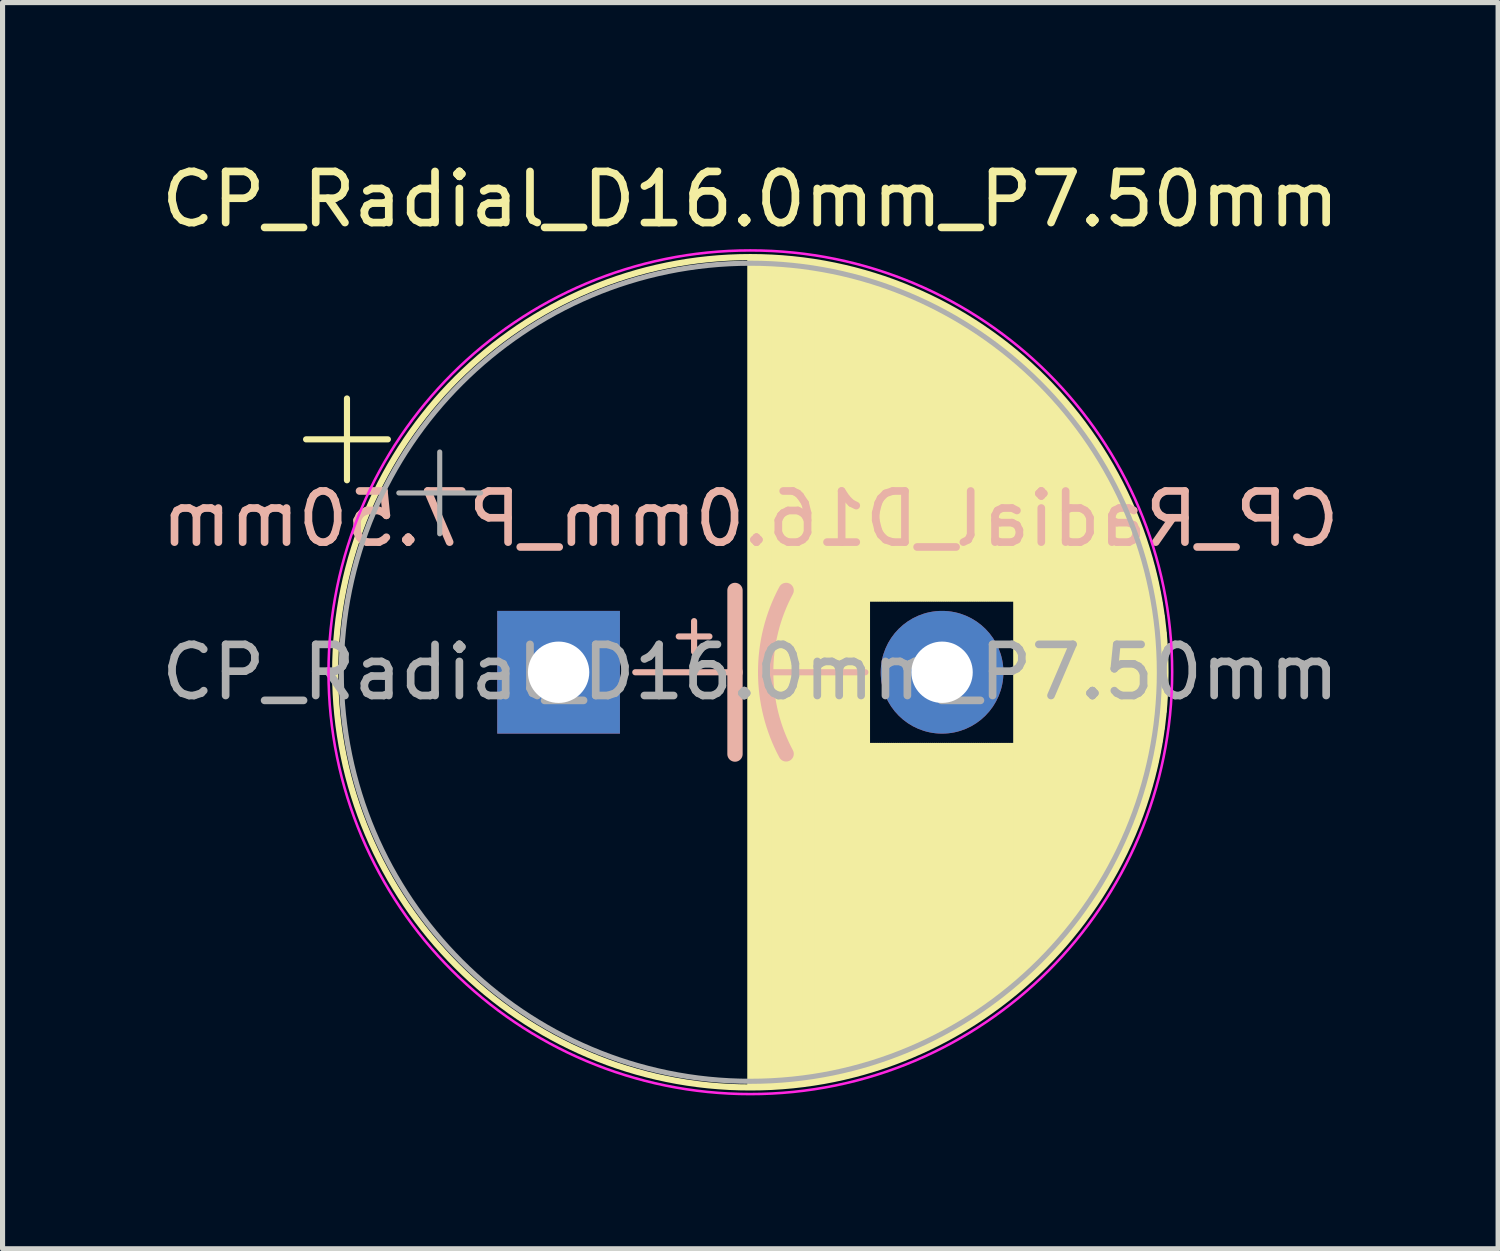
<source format=kicad_pcb>
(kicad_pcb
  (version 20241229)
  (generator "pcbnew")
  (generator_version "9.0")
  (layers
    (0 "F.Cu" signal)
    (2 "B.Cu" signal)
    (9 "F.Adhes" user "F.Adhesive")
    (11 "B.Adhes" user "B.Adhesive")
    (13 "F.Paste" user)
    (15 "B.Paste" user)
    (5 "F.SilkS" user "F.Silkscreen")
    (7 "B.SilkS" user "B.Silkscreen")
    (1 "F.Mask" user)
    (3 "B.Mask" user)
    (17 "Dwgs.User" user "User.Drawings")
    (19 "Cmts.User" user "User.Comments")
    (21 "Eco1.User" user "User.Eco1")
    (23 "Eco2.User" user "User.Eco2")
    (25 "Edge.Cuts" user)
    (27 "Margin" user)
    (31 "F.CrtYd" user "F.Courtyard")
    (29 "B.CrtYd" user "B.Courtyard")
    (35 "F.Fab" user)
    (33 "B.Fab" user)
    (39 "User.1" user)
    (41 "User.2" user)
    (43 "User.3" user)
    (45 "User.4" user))
  (footprint "CP_Radial_D16.0mm_P7.50mm"
    (layer "F.Cu")
    (at 7.875 10.098)
    (property "Reference" "CP_Radial_D16.0mm_P7.50mm" (at 3.75 -9.25 0) (layer "F.SilkS") (effects (font (size 1 1) (thickness 0.15))))
    (fp_line (start -4.939 -4.555) (end -3.339 -4.555) (stroke (width 0.12) (type solid)) (layer "F.SilkS"))
    (fp_line (start -4.139 -5.355) (end -4.139 -3.755) (stroke (width 0.12) (type solid)) (layer "F.SilkS"))
    (fp_line (start 3.75 -8.081) (end 3.75 8.081) (stroke (width 0.12) (type solid)) (layer "F.SilkS"))
    (fp_line (start 3.79 -8.08) (end 3.79 8.08) (stroke (width 0.12) (type solid)) (layer "F.SilkS"))
    (fp_line (start 3.83 -8.08) (end 3.83 8.08) (stroke (width 0.12) (type solid)) (layer "F.SilkS"))
    (fp_line (start 3.87 -8.08) (end 3.87 8.08) (stroke (width 0.12) (type solid)) (layer "F.SilkS"))
    (fp_line (start 3.91 -8.079) (end 3.91 8.079) (stroke (width 0.12) (type solid)) (layer "F.SilkS"))
    (fp_line (start 3.95 -8.078) (end 3.95 8.078) (stroke (width 0.12) (type solid)) (layer "F.SilkS"))
    (fp_line (start 3.99 -8.077) (end 3.99 8.077) (stroke (width 0.12) (type solid)) (layer "F.SilkS"))
    (fp_line (start 4.03 -8.076) (end 4.03 8.076) (stroke (width 0.12) (type solid)) (layer "F.SilkS"))
    (fp_line (start 4.07 -8.074) (end 4.07 8.074) (stroke (width 0.12) (type solid)) (layer "F.SilkS"))
    (fp_line (start 4.11 -8.073) (end 4.11 8.073) (stroke (width 0.12) (type solid)) (layer "F.SilkS"))
    (fp_line (start 4.15 -8.071) (end 4.15 8.071) (stroke (width 0.12) (type solid)) (layer "F.SilkS"))
    (fp_line (start 4.19 -8.069) (end 4.19 8.069) (stroke (width 0.12) (type solid)) (layer "F.SilkS"))
    (fp_line (start 4.23 -8.066) (end 4.23 8.066) (stroke (width 0.12) (type solid)) (layer "F.SilkS"))
    (fp_line (start 4.27 -8.064) (end 4.27 8.064) (stroke (width 0.12) (type solid)) (layer "F.SilkS"))
    (fp_line (start 4.31 -8.061) (end 4.31 8.061) (stroke (width 0.12) (type solid)) (layer "F.SilkS"))
    (fp_line (start 4.35 -8.058) (end 4.35 8.058) (stroke (width 0.12) (type solid)) (layer "F.SilkS"))
    (fp_line (start 4.39 -8.055) (end 4.39 8.055) (stroke (width 0.12) (type solid)) (layer "F.SilkS"))
    (fp_line (start 4.43 -8.052) (end 4.43 8.052) (stroke (width 0.12) (type solid)) (layer "F.SilkS"))
    (fp_line (start 4.471 -8.049) (end 4.471 8.049) (stroke (width 0.12) (type solid)) (layer "F.SilkS"))
    (fp_line (start 4.511 -8.045) (end 4.511 8.045) (stroke (width 0.12) (type solid)) (layer "F.SilkS"))
    (fp_line (start 4.551 -8.041) (end 4.551 8.041) (stroke (width 0.12) (type solid)) (layer "F.SilkS"))
    (fp_line (start 4.591 -8.037) (end 4.591 8.037) (stroke (width 0.12) (type solid)) (layer "F.SilkS"))
    (fp_line (start 4.631 -8.033) (end 4.631 8.033) (stroke (width 0.12) (type solid)) (layer "F.SilkS"))
    (fp_line (start 4.671 -8.028) (end 4.671 8.028) (stroke (width 0.12) (type solid)) (layer "F.SilkS"))
    (fp_line (start 4.711 -8.024) (end 4.711 8.024) (stroke (width 0.12) (type solid)) (layer "F.SilkS"))
    (fp_line (start 4.751 -8.019) (end 4.751 8.019) (stroke (width 0.12) (type solid)) (layer "F.SilkS"))
    (fp_line (start 4.791 -8.014) (end 4.791 8.014) (stroke (width 0.12) (type solid)) (layer "F.SilkS"))
    (fp_line (start 4.831 -8.008) (end 4.831 8.008) (stroke (width 0.12) (type solid)) (layer "F.SilkS"))
    (fp_line (start 4.871 -8.003) (end 4.871 8.003) (stroke (width 0.12) (type solid)) (layer "F.SilkS"))
    (fp_line (start 4.911 -7.997) (end 4.911 7.997) (stroke (width 0.12) (type solid)) (layer "F.SilkS"))
    (fp_line (start 4.951 -7.991) (end 4.951 7.991) (stroke (width 0.12) (type solid)) (layer "F.SilkS"))
    (fp_line (start 4.991 -7.985) (end 4.991 7.985) (stroke (width 0.12) (type solid)) (layer "F.SilkS"))
    (fp_line (start 5.031 -7.979) (end 5.031 7.979) (stroke (width 0.12) (type solid)) (layer "F.SilkS"))
    (fp_line (start 5.071 -7.972) (end 5.071 7.972) (stroke (width 0.12) (type solid)) (layer "F.SilkS"))
    (fp_line (start 5.111 -7.966) (end 5.111 7.966) (stroke (width 0.12) (type solid)) (layer "F.SilkS"))
    (fp_line (start 5.151 -7.959) (end 5.151 7.959) (stroke (width 0.12) (type solid)) (layer "F.SilkS"))
    (fp_line (start 5.191 -7.952) (end 5.191 7.952) (stroke (width 0.12) (type solid)) (layer "F.SilkS"))
    (fp_line (start 5.231 -7.944) (end 5.231 7.944) (stroke (width 0.12) (type solid)) (layer "F.SilkS"))
    (fp_line (start 5.271 -7.937) (end 5.271 7.937) (stroke (width 0.12) (type solid)) (layer "F.SilkS"))
    (fp_line (start 5.311 -7.929) (end 5.311 7.929) (stroke (width 0.12) (type solid)) (layer "F.SilkS"))
    (fp_line (start 5.351 -7.921) (end 5.351 7.921) (stroke (width 0.12) (type solid)) (layer "F.SilkS"))
    (fp_line (start 5.391 -7.913) (end 5.391 7.913) (stroke (width 0.12) (type solid)) (layer "F.SilkS"))
    (fp_line (start 5.431 -7.905) (end 5.431 7.905) (stroke (width 0.12) (type solid)) (layer "F.SilkS"))
    (fp_line (start 5.471 -7.896) (end 5.471 7.896) (stroke (width 0.12) (type solid)) (layer "F.SilkS"))
    (fp_line (start 5.511 -7.887) (end 5.511 7.887) (stroke (width 0.12) (type solid)) (layer "F.SilkS"))
    (fp_line (start 5.551 -7.878) (end 5.551 7.878) (stroke (width 0.12) (type solid)) (layer "F.SilkS"))
    (fp_line (start 5.591 -7.869) (end 5.591 7.869) (stroke (width 0.12) (type solid)) (layer "F.SilkS"))
    (fp_line (start 5.631 -7.86) (end 5.631 7.86) (stroke (width 0.12) (type solid)) (layer "F.SilkS"))
    (fp_line (start 5.671 -7.85) (end 5.671 7.85) (stroke (width 0.12) (type solid)) (layer "F.SilkS"))
    (fp_line (start 5.711 -7.84) (end 5.711 7.84) (stroke (width 0.12) (type solid)) (layer "F.SilkS"))
    (fp_line (start 5.751 -7.83) (end 5.751 7.83) (stroke (width 0.12) (type solid)) (layer "F.SilkS"))
    (fp_line (start 5.791 -7.82) (end 5.791 7.82) (stroke (width 0.12) (type solid)) (layer "F.SilkS"))
    (fp_line (start 5.831 -7.81) (end 5.831 7.81) (stroke (width 0.12) (type solid)) (layer "F.SilkS"))
    (fp_line (start 5.871 -7.799) (end 5.871 7.799) (stroke (width 0.12) (type solid)) (layer "F.SilkS"))
    (fp_line (start 5.911 -7.788) (end 5.911 7.788) (stroke (width 0.12) (type solid)) (layer "F.SilkS"))
    (fp_line (start 5.951 -7.777) (end 5.951 7.777) (stroke (width 0.12) (type solid)) (layer "F.SilkS"))
    (fp_line (start 5.991 -7.765) (end 5.991 7.765) (stroke (width 0.12) (type solid)) (layer "F.SilkS"))
    (fp_line (start 6.031 -7.754) (end 6.031 7.754) (stroke (width 0.12) (type solid)) (layer "F.SilkS"))
    (fp_line (start 6.071 -7.742) (end 6.071 -1.44) (stroke (width 0.12) (type solid)) (layer "F.SilkS"))
    (fp_line (start 6.071 1.44) (end 6.071 7.742) (stroke (width 0.12) (type solid)) (layer "F.SilkS"))
    (fp_line (start 6.111 -7.73) (end 6.111 -1.44) (stroke (width 0.12) (type solid)) (layer "F.SilkS"))
    (fp_line (start 6.111 1.44) (end 6.111 7.73) (stroke (width 0.12) (type solid)) (layer "F.SilkS"))
    (fp_line (start 6.151 -7.718) (end 6.151 -1.44) (stroke (width 0.12) (type solid)) (layer "F.SilkS"))
    (fp_line (start 6.151 1.44) (end 6.151 7.718) (stroke (width 0.12) (type solid)) (layer "F.SilkS"))
    (fp_line (start 6.191 -7.705) (end 6.191 -1.44) (stroke (width 0.12) (type solid)) (layer "F.SilkS"))
    (fp_line (start 6.191 1.44) (end 6.191 7.705) (stroke (width 0.12) (type solid)) (layer "F.SilkS"))
    (fp_line (start 6.231 -7.693) (end 6.231 -1.44) (stroke (width 0.12) (type solid)) (layer "F.SilkS"))
    (fp_line (start 6.231 1.44) (end 6.231 7.693) (stroke (width 0.12) (type solid)) (layer "F.SilkS"))
    (fp_line (start 6.271 -7.68) (end 6.271 -1.44) (stroke (width 0.12) (type solid)) (layer "F.SilkS"))
    (fp_line (start 6.271 1.44) (end 6.271 7.68) (stroke (width 0.12) (type solid)) (layer "F.SilkS"))
    (fp_line (start 6.311 -7.666) (end 6.311 -1.44) (stroke (width 0.12) (type solid)) (layer "F.SilkS"))
    (fp_line (start 6.311 1.44) (end 6.311 7.666) (stroke (width 0.12) (type solid)) (layer "F.SilkS"))
    (fp_line (start 6.351 -7.653) (end 6.351 -1.44) (stroke (width 0.12) (type solid)) (layer "F.SilkS"))
    (fp_line (start 6.351 1.44) (end 6.351 7.653) (stroke (width 0.12) (type solid)) (layer "F.SilkS"))
    (fp_line (start 6.391 -7.639) (end 6.391 -1.44) (stroke (width 0.12) (type solid)) (layer "F.SilkS"))
    (fp_line (start 6.391 1.44) (end 6.391 7.639) (stroke (width 0.12) (type solid)) (layer "F.SilkS"))
    (fp_line (start 6.431 -7.625) (end 6.431 -1.44) (stroke (width 0.12) (type solid)) (layer "F.SilkS"))
    (fp_line (start 6.431 1.44) (end 6.431 7.625) (stroke (width 0.12) (type solid)) (layer "F.SilkS"))
    (fp_line (start 6.471 -7.611) (end 6.471 -1.44) (stroke (width 0.12) (type solid)) (layer "F.SilkS"))
    (fp_line (start 6.471 1.44) (end 6.471 7.611) (stroke (width 0.12) (type solid)) (layer "F.SilkS"))
    (fp_line (start 6.511 -7.597) (end 6.511 -1.44) (stroke (width 0.12) (type solid)) (layer "F.SilkS"))
    (fp_line (start 6.511 1.44) (end 6.511 7.597) (stroke (width 0.12) (type solid)) (layer "F.SilkS"))
    (fp_line (start 6.551 -7.582) (end 6.551 -1.44) (stroke (width 0.12) (type solid)) (layer "F.SilkS"))
    (fp_line (start 6.551 1.44) (end 6.551 7.582) (stroke (width 0.12) (type solid)) (layer "F.SilkS"))
    (fp_line (start 6.591 -7.568) (end 6.591 -1.44) (stroke (width 0.12) (type solid)) (layer "F.SilkS"))
    (fp_line (start 6.591 1.44) (end 6.591 7.568) (stroke (width 0.12) (type solid)) (layer "F.SilkS"))
    (fp_line (start 6.631 -7.553) (end 6.631 -1.44) (stroke (width 0.12) (type solid)) (layer "F.SilkS"))
    (fp_line (start 6.631 1.44) (end 6.631 7.553) (stroke (width 0.12) (type solid)) (layer "F.SilkS"))
    (fp_line (start 6.671 -7.537) (end 6.671 -1.44) (stroke (width 0.12) (type solid)) (layer "F.SilkS"))
    (fp_line (start 6.671 1.44) (end 6.671 7.537) (stroke (width 0.12) (type solid)) (layer "F.SilkS"))
    (fp_line (start 6.711 -7.522) (end 6.711 -1.44) (stroke (width 0.12) (type solid)) (layer "F.SilkS"))
    (fp_line (start 6.711 1.44) (end 6.711 7.522) (stroke (width 0.12) (type solid)) (layer "F.SilkS"))
    (fp_line (start 6.751 -7.506) (end 6.751 -1.44) (stroke (width 0.12) (type solid)) (layer "F.SilkS"))
    (fp_line (start 6.751 1.44) (end 6.751 7.506) (stroke (width 0.12) (type solid)) (layer "F.SilkS"))
    (fp_line (start 6.791 -7.49) (end 6.791 -1.44) (stroke (width 0.12) (type solid)) (layer "F.SilkS"))
    (fp_line (start 6.791 1.44) (end 6.791 7.49) (stroke (width 0.12) (type solid)) (layer "F.SilkS"))
    (fp_line (start 6.831 -7.474) (end 6.831 -1.44) (stroke (width 0.12) (type solid)) (layer "F.SilkS"))
    (fp_line (start 6.831 1.44) (end 6.831 7.474) (stroke (width 0.12) (type solid)) (layer "F.SilkS"))
    (fp_line (start 6.871 -7.457) (end 6.871 -1.44) (stroke (width 0.12) (type solid)) (layer "F.SilkS"))
    (fp_line (start 6.871 1.44) (end 6.871 7.457) (stroke (width 0.12) (type solid)) (layer "F.SilkS"))
    (fp_line (start 6.911 -7.44) (end 6.911 -1.44) (stroke (width 0.12) (type solid)) (layer "F.SilkS"))
    (fp_line (start 6.911 1.44) (end 6.911 7.44) (stroke (width 0.12) (type solid)) (layer "F.SilkS"))
    (fp_line (start 6.951 -7.423) (end 6.951 -1.44) (stroke (width 0.12) (type solid)) (layer "F.SilkS"))
    (fp_line (start 6.951 1.44) (end 6.951 7.423) (stroke (width 0.12) (type solid)) (layer "F.SilkS"))
    (fp_line (start 6.991 -7.406) (end 6.991 -1.44) (stroke (width 0.12) (type solid)) (layer "F.SilkS"))
    (fp_line (start 6.991 1.44) (end 6.991 7.406) (stroke (width 0.12) (type solid)) (layer "F.SilkS"))
    (fp_line (start 7.031 -7.389) (end 7.031 -1.44) (stroke (width 0.12) (type solid)) (layer "F.SilkS"))
    (fp_line (start 7.031 1.44) (end 7.031 7.389) (stroke (width 0.12) (type solid)) (layer "F.SilkS"))
    (fp_line (start 7.071 -7.371) (end 7.071 -1.44) (stroke (width 0.12) (type solid)) (layer "F.SilkS"))
    (fp_line (start 7.071 1.44) (end 7.071 7.371) (stroke (width 0.12) (type solid)) (layer "F.SilkS"))
    (fp_line (start 7.111 -7.353) (end 7.111 -1.44) (stroke (width 0.12) (type solid)) (layer "F.SilkS"))
    (fp_line (start 7.111 1.44) (end 7.111 7.353) (stroke (width 0.12) (type solid)) (layer "F.SilkS"))
    (fp_line (start 7.151 -7.334) (end 7.151 -1.44) (stroke (width 0.12) (type solid)) (layer "F.SilkS"))
    (fp_line (start 7.151 1.44) (end 7.151 7.334) (stroke (width 0.12) (type solid)) (layer "F.SilkS"))
    (fp_line (start 7.191 -7.316) (end 7.191 -1.44) (stroke (width 0.12) (type solid)) (layer "F.SilkS"))
    (fp_line (start 7.191 1.44) (end 7.191 7.316) (stroke (width 0.12) (type solid)) (layer "F.SilkS"))
    (fp_line (start 7.231 -7.297) (end 7.231 -1.44) (stroke (width 0.12) (type solid)) (layer "F.SilkS"))
    (fp_line (start 7.231 1.44) (end 7.231 7.297) (stroke (width 0.12) (type solid)) (layer "F.SilkS"))
    (fp_line (start 7.271 -7.278) (end 7.271 -1.44) (stroke (width 0.12) (type solid)) (layer "F.SilkS"))
    (fp_line (start 7.271 1.44) (end 7.271 7.278) (stroke (width 0.12) (type solid)) (layer "F.SilkS"))
    (fp_line (start 7.311 -7.258) (end 7.311 -1.44) (stroke (width 0.12) (type solid)) (layer "F.SilkS"))
    (fp_line (start 7.311 1.44) (end 7.311 7.258) (stroke (width 0.12) (type solid)) (layer "F.SilkS"))
    (fp_line (start 7.351 -7.239) (end 7.351 -1.44) (stroke (width 0.12) (type solid)) (layer "F.SilkS"))
    (fp_line (start 7.351 1.44) (end 7.351 7.239) (stroke (width 0.12) (type solid)) (layer "F.SilkS"))
    (fp_line (start 7.391 -7.219) (end 7.391 -1.44) (stroke (width 0.12) (type solid)) (layer "F.SilkS"))
    (fp_line (start 7.391 1.44) (end 7.391 7.219) (stroke (width 0.12) (type solid)) (layer "F.SilkS"))
    (fp_line (start 7.431 -7.199) (end 7.431 -1.44) (stroke (width 0.12) (type solid)) (layer "F.SilkS"))
    (fp_line (start 7.431 1.44) (end 7.431 7.199) (stroke (width 0.12) (type solid)) (layer "F.SilkS"))
    (fp_line (start 7.471 -7.178) (end 7.471 -1.44) (stroke (width 0.12) (type solid)) (layer "F.SilkS"))
    (fp_line (start 7.471 1.44) (end 7.471 7.178) (stroke (width 0.12) (type solid)) (layer "F.SilkS"))
    (fp_line (start 7.511 -7.157) (end 7.511 -1.44) (stroke (width 0.12) (type solid)) (layer "F.SilkS"))
    (fp_line (start 7.511 1.44) (end 7.511 7.157) (stroke (width 0.12) (type solid)) (layer "F.SilkS"))
    (fp_line (start 7.551 -7.136) (end 7.551 -1.44) (stroke (width 0.12) (type solid)) (layer "F.SilkS"))
    (fp_line (start 7.551 1.44) (end 7.551 7.136) (stroke (width 0.12) (type solid)) (layer "F.SilkS"))
    (fp_line (start 7.591 -7.115) (end 7.591 -1.44) (stroke (width 0.12) (type solid)) (layer "F.SilkS"))
    (fp_line (start 7.591 1.44) (end 7.591 7.115) (stroke (width 0.12) (type solid)) (layer "F.SilkS"))
    (fp_line (start 7.631 -7.094) (end 7.631 -1.44) (stroke (width 0.12) (type solid)) (layer "F.SilkS"))
    (fp_line (start 7.631 1.44) (end 7.631 7.094) (stroke (width 0.12) (type solid)) (layer "F.SilkS"))
    (fp_line (start 7.671 -7.072) (end 7.671 -1.44) (stroke (width 0.12) (type solid)) (layer "F.SilkS"))
    (fp_line (start 7.671 1.44) (end 7.671 7.072) (stroke (width 0.12) (type solid)) (layer "F.SilkS"))
    (fp_line (start 7.711 -7.049) (end 7.711 -1.44) (stroke (width 0.12) (type solid)) (layer "F.SilkS"))
    (fp_line (start 7.711 1.44) (end 7.711 7.049) (stroke (width 0.12) (type solid)) (layer "F.SilkS"))
    (fp_line (start 7.751 -7.027) (end 7.751 -1.44) (stroke (width 0.12) (type solid)) (layer "F.SilkS"))
    (fp_line (start 7.751 1.44) (end 7.751 7.027) (stroke (width 0.12) (type solid)) (layer "F.SilkS"))
    (fp_line (start 7.791 -7.004) (end 7.791 -1.44) (stroke (width 0.12) (type solid)) (layer "F.SilkS"))
    (fp_line (start 7.791 1.44) (end 7.791 7.004) (stroke (width 0.12) (type solid)) (layer "F.SilkS"))
    (fp_line (start 7.831 -6.981) (end 7.831 -1.44) (stroke (width 0.12) (type solid)) (layer "F.SilkS"))
    (fp_line (start 7.831 1.44) (end 7.831 6.981) (stroke (width 0.12) (type solid)) (layer "F.SilkS"))
    (fp_line (start 7.871 -6.958) (end 7.871 -1.44) (stroke (width 0.12) (type solid)) (layer "F.SilkS"))
    (fp_line (start 7.871 1.44) (end 7.871 6.958) (stroke (width 0.12) (type solid)) (layer "F.SilkS"))
    (fp_line (start 7.911 -6.934) (end 7.911 -1.44) (stroke (width 0.12) (type solid)) (layer "F.SilkS"))
    (fp_line (start 7.911 1.44) (end 7.911 6.934) (stroke (width 0.12) (type solid)) (layer "F.SilkS"))
    (fp_line (start 7.951 -6.91) (end 7.951 -1.44) (stroke (width 0.12) (type solid)) (layer "F.SilkS"))
    (fp_line (start 7.951 1.44) (end 7.951 6.91) (stroke (width 0.12) (type solid)) (layer "F.SilkS"))
    (fp_line (start 7.991 -6.886) (end 7.991 -1.44) (stroke (width 0.12) (type solid)) (layer "F.SilkS"))
    (fp_line (start 7.991 1.44) (end 7.991 6.886) (stroke (width 0.12) (type solid)) (layer "F.SilkS"))
    (fp_line (start 8.031 -6.861) (end 8.031 -1.44) (stroke (width 0.12) (type solid)) (layer "F.SilkS"))
    (fp_line (start 8.031 1.44) (end 8.031 6.861) (stroke (width 0.12) (type solid)) (layer "F.SilkS"))
    (fp_line (start 8.071 -6.836) (end 8.071 -1.44) (stroke (width 0.12) (type solid)) (layer "F.SilkS"))
    (fp_line (start 8.071 1.44) (end 8.071 6.836) (stroke (width 0.12) (type solid)) (layer "F.SilkS"))
    (fp_line (start 8.111 -6.811) (end 8.111 -1.44) (stroke (width 0.12) (type solid)) (layer "F.SilkS"))
    (fp_line (start 8.111 1.44) (end 8.111 6.811) (stroke (width 0.12) (type solid)) (layer "F.SilkS"))
    (fp_line (start 8.151 -6.785) (end 8.151 -1.44) (stroke (width 0.12) (type solid)) (layer "F.SilkS"))
    (fp_line (start 8.151 1.44) (end 8.151 6.785) (stroke (width 0.12) (type solid)) (layer "F.SilkS"))
    (fp_line (start 8.191 -6.759) (end 8.191 -1.44) (stroke (width 0.12) (type solid)) (layer "F.SilkS"))
    (fp_line (start 8.191 1.44) (end 8.191 6.759) (stroke (width 0.12) (type solid)) (layer "F.SilkS"))
    (fp_line (start 8.231 -6.733) (end 8.231 -1.44) (stroke (width 0.12) (type solid)) (layer "F.SilkS"))
    (fp_line (start 8.231 1.44) (end 8.231 6.733) (stroke (width 0.12) (type solid)) (layer "F.SilkS"))
    (fp_line (start 8.271 -6.706) (end 8.271 -1.44) (stroke (width 0.12) (type solid)) (layer "F.SilkS"))
    (fp_line (start 8.271 1.44) (end 8.271 6.706) (stroke (width 0.12) (type solid)) (layer "F.SilkS"))
    (fp_line (start 8.311 -6.679) (end 8.311 -1.44) (stroke (width 0.12) (type solid)) (layer "F.SilkS"))
    (fp_line (start 8.311 1.44) (end 8.311 6.679) (stroke (width 0.12) (type solid)) (layer "F.SilkS"))
    (fp_line (start 8.351 -6.652) (end 8.351 -1.44) (stroke (width 0.12) (type solid)) (layer "F.SilkS"))
    (fp_line (start 8.351 1.44) (end 8.351 6.652) (stroke (width 0.12) (type solid)) (layer "F.SilkS"))
    (fp_line (start 8.391 -6.624) (end 8.391 -1.44) (stroke (width 0.12) (type solid)) (layer "F.SilkS"))
    (fp_line (start 8.391 1.44) (end 8.391 6.624) (stroke (width 0.12) (type solid)) (layer "F.SilkS"))
    (fp_line (start 8.431 -6.596) (end 8.431 -1.44) (stroke (width 0.12) (type solid)) (layer "F.SilkS"))
    (fp_line (start 8.431 1.44) (end 8.431 6.596) (stroke (width 0.12) (type solid)) (layer "F.SilkS"))
    (fp_line (start 8.471 -6.568) (end 8.471 -1.44) (stroke (width 0.12) (type solid)) (layer "F.SilkS"))
    (fp_line (start 8.471 1.44) (end 8.471 6.568) (stroke (width 0.12) (type solid)) (layer "F.SilkS"))
    (fp_line (start 8.511 -6.539) (end 8.511 -1.44) (stroke (width 0.12) (type solid)) (layer "F.SilkS"))
    (fp_line (start 8.511 1.44) (end 8.511 6.539) (stroke (width 0.12) (type solid)) (layer "F.SilkS"))
    (fp_line (start 8.551 -6.51) (end 8.551 -1.44) (stroke (width 0.12) (type solid)) (layer "F.SilkS"))
    (fp_line (start 8.551 1.44) (end 8.551 6.51) (stroke (width 0.12) (type solid)) (layer "F.SilkS"))
    (fp_line (start 8.591 -6.48) (end 8.591 -1.44) (stroke (width 0.12) (type solid)) (layer "F.SilkS"))
    (fp_line (start 8.591 1.44) (end 8.591 6.48) (stroke (width 0.12) (type solid)) (layer "F.SilkS"))
    (fp_line (start 8.631 -6.45) (end 8.631 -1.44) (stroke (width 0.12) (type solid)) (layer "F.SilkS"))
    (fp_line (start 8.631 1.44) (end 8.631 6.45) (stroke (width 0.12) (type solid)) (layer "F.SilkS"))
    (fp_line (start 8.671 -6.42) (end 8.671 -1.44) (stroke (width 0.12) (type solid)) (layer "F.SilkS"))
    (fp_line (start 8.671 1.44) (end 8.671 6.42) (stroke (width 0.12) (type solid)) (layer "F.SilkS"))
    (fp_line (start 8.711 -6.39) (end 8.711 -1.44) (stroke (width 0.12) (type solid)) (layer "F.SilkS"))
    (fp_line (start 8.711 1.44) (end 8.711 6.39) (stroke (width 0.12) (type solid)) (layer "F.SilkS"))
    (fp_line (start 8.751 -6.358) (end 8.751 -1.44) (stroke (width 0.12) (type solid)) (layer "F.SilkS"))
    (fp_line (start 8.751 1.44) (end 8.751 6.358) (stroke (width 0.12) (type solid)) (layer "F.SilkS"))
    (fp_line (start 8.791 -6.327) (end 8.791 -1.44) (stroke (width 0.12) (type solid)) (layer "F.SilkS"))
    (fp_line (start 8.791 1.44) (end 8.791 6.327) (stroke (width 0.12) (type solid)) (layer "F.SilkS"))
    (fp_line (start 8.831 -6.295) (end 8.831 -1.44) (stroke (width 0.12) (type solid)) (layer "F.SilkS"))
    (fp_line (start 8.831 1.44) (end 8.831 6.295) (stroke (width 0.12) (type solid)) (layer "F.SilkS"))
    (fp_line (start 8.871 -6.263) (end 8.871 -1.44) (stroke (width 0.12) (type solid)) (layer "F.SilkS"))
    (fp_line (start 8.871 1.44) (end 8.871 6.263) (stroke (width 0.12) (type solid)) (layer "F.SilkS"))
    (fp_line (start 8.911 -6.23) (end 8.911 -1.44) (stroke (width 0.12) (type solid)) (layer "F.SilkS"))
    (fp_line (start 8.911 1.44) (end 8.911 6.23) (stroke (width 0.12) (type solid)) (layer "F.SilkS"))
    (fp_line (start 8.951 -6.197) (end 8.951 6.197) (stroke (width 0.12) (type solid)) (layer "F.SilkS"))
    (fp_line (start 8.991 -6.163) (end 8.991 6.163) (stroke (width 0.12) (type solid)) (layer "F.SilkS"))
    (fp_line (start 9.031 -6.129) (end 9.031 6.129) (stroke (width 0.12) (type solid)) (layer "F.SilkS"))
    (fp_line (start 9.071 -6.095) (end 9.071 6.095) (stroke (width 0.12) (type solid)) (layer "F.SilkS"))
    (fp_line (start 9.111 -6.06) (end 9.111 6.06) (stroke (width 0.12) (type solid)) (layer "F.SilkS"))
    (fp_line (start 9.151 -6.025) (end 9.151 6.025) (stroke (width 0.12) (type solid)) (layer "F.SilkS"))
    (fp_line (start 9.191 -5.989) (end 9.191 5.989) (stroke (width 0.12) (type solid)) (layer "F.SilkS"))
    (fp_line (start 9.231 -5.952) (end 9.231 5.952) (stroke (width 0.12) (type solid)) (layer "F.SilkS"))
    (fp_line (start 9.271 -5.916) (end 9.271 5.916) (stroke (width 0.12) (type solid)) (layer "F.SilkS"))
    (fp_line (start 9.311 -5.878) (end 9.311 5.878) (stroke (width 0.12) (type solid)) (layer "F.SilkS"))
    (fp_line (start 9.351 -5.84) (end 9.351 5.84) (stroke (width 0.12) (type solid)) (layer "F.SilkS"))
    (fp_line (start 9.391 -5.802) (end 9.391 5.802) (stroke (width 0.12) (type solid)) (layer "F.SilkS"))
    (fp_line (start 9.431 -5.763) (end 9.431 5.763) (stroke (width 0.12) (type solid)) (layer "F.SilkS"))
    (fp_line (start 9.471 -5.724) (end 9.471 5.724) (stroke (width 0.12) (type solid)) (layer "F.SilkS"))
    (fp_line (start 9.511 -5.684) (end 9.511 5.684) (stroke (width 0.12) (type solid)) (layer "F.SilkS"))
    (fp_line (start 9.551 -5.643) (end 9.551 5.643) (stroke (width 0.12) (type solid)) (layer "F.SilkS"))
    (fp_line (start 9.591 -5.602) (end 9.591 5.602) (stroke (width 0.12) (type solid)) (layer "F.SilkS"))
    (fp_line (start 9.631 -5.56) (end 9.631 5.56) (stroke (width 0.12) (type solid)) (layer "F.SilkS"))
    (fp_line (start 9.671 -5.518) (end 9.671 5.518) (stroke (width 0.12) (type solid)) (layer "F.SilkS"))
    (fp_line (start 9.711 -5.475) (end 9.711 5.475) (stroke (width 0.12) (type solid)) (layer "F.SilkS"))
    (fp_line (start 9.751 -5.432) (end 9.751 5.432) (stroke (width 0.12) (type solid)) (layer "F.SilkS"))
    (fp_line (start 9.791 -5.388) (end 9.791 5.388) (stroke (width 0.12) (type solid)) (layer "F.SilkS"))
    (fp_line (start 9.831 -5.343) (end 9.831 5.343) (stroke (width 0.12) (type solid)) (layer "F.SilkS"))
    (fp_line (start 9.871 -5.297) (end 9.871 5.297) (stroke (width 0.12) (type solid)) (layer "F.SilkS"))
    (fp_line (start 9.911 -5.251) (end 9.911 5.251) (stroke (width 0.12) (type solid)) (layer "F.SilkS"))
    (fp_line (start 9.951 -5.204) (end 9.951 5.204) (stroke (width 0.12) (type solid)) (layer "F.SilkS"))
    (fp_line (start 9.991 -5.156) (end 9.991 5.156) (stroke (width 0.12) (type solid)) (layer "F.SilkS"))
    (fp_line (start 10.031 -5.108) (end 10.031 5.108) (stroke (width 0.12) (type solid)) (layer "F.SilkS"))
    (fp_line (start 10.071 -5.059) (end 10.071 5.059) (stroke (width 0.12) (type solid)) (layer "F.SilkS"))
    (fp_line (start 10.111 -5.009) (end 10.111 5.009) (stroke (width 0.12) (type solid)) (layer "F.SilkS"))
    (fp_line (start 10.151 -4.958) (end 10.151 4.958) (stroke (width 0.12) (type solid)) (layer "F.SilkS"))
    (fp_line (start 10.191 -4.906) (end 10.191 4.906) (stroke (width 0.12) (type solid)) (layer "F.SilkS"))
    (fp_line (start 10.231 -4.854) (end 10.231 4.854) (stroke (width 0.12) (type solid)) (layer "F.SilkS"))
    (fp_line (start 10.271 -4.8) (end 10.271 4.8) (stroke (width 0.12) (type solid)) (layer "F.SilkS"))
    (fp_line (start 10.311 -4.746) (end 10.311 4.746) (stroke (width 0.12) (type solid)) (layer "F.SilkS"))
    (fp_line (start 10.351 -4.691) (end 10.351 4.691) (stroke (width 0.12) (type solid)) (layer "F.SilkS"))
    (fp_line (start 10.391 -4.634) (end 10.391 4.634) (stroke (width 0.12) (type solid)) (layer "F.SilkS"))
    (fp_line (start 10.431 -4.577) (end 10.431 4.577) (stroke (width 0.12) (type solid)) (layer "F.SilkS"))
    (fp_line (start 10.471 -4.519) (end 10.471 4.519) (stroke (width 0.12) (type solid)) (layer "F.SilkS"))
    (fp_line (start 10.511 -4.459) (end 10.511 4.459) (stroke (width 0.12) (type solid)) (layer "F.SilkS"))
    (fp_line (start 10.551 -4.398) (end 10.551 4.398) (stroke (width 0.12) (type solid)) (layer "F.SilkS"))
    (fp_line (start 10.591 -4.336) (end 10.591 4.336) (stroke (width 0.12) (type solid)) (layer "F.SilkS"))
    (fp_line (start 10.631 -4.273) (end 10.631 4.273) (stroke (width 0.12) (type solid)) (layer "F.SilkS"))
    (fp_line (start 10.671 -4.209) (end 10.671 4.209) (stroke (width 0.12) (type solid)) (layer "F.SilkS"))
    (fp_line (start 10.711 -4.143) (end 10.711 4.143) (stroke (width 0.12) (type solid)) (layer "F.SilkS"))
    (fp_line (start 10.751 -4.076) (end 10.751 4.076) (stroke (width 0.12) (type solid)) (layer "F.SilkS"))
    (fp_line (start 10.791 -4.007) (end 10.791 4.007) (stroke (width 0.12) (type solid)) (layer "F.SilkS"))
    (fp_line (start 10.831 -3.936) (end 10.831 3.936) (stroke (width 0.12) (type solid)) (layer "F.SilkS"))
    (fp_line (start 10.871 -3.864) (end 10.871 3.864) (stroke (width 0.12) (type solid)) (layer "F.SilkS"))
    (fp_line (start 10.911 -3.79) (end 10.911 3.79) (stroke (width 0.12) (type solid)) (layer "F.SilkS"))
    (fp_line (start 10.951 -3.715) (end 10.951 3.715) (stroke (width 0.12) (type solid)) (layer "F.SilkS"))
    (fp_line (start 10.991 -3.637) (end 10.991 3.637) (stroke (width 0.12) (type solid)) (layer "F.SilkS"))
    (fp_line (start 11.031 -3.557) (end 11.031 3.557) (stroke (width 0.12) (type solid)) (layer "F.SilkS"))
    (fp_line (start 11.071 -3.475) (end 11.071 3.475) (stroke (width 0.12) (type solid)) (layer "F.SilkS"))
    (fp_line (start 11.111 -3.39) (end 11.111 3.39) (stroke (width 0.12) (type solid)) (layer "F.SilkS"))
    (fp_line (start 11.151 -3.303) (end 11.151 3.303) (stroke (width 0.12) (type solid)) (layer "F.SilkS"))
    (fp_line (start 11.191 -3.213) (end 11.191 3.213) (stroke (width 0.12) (type solid)) (layer "F.SilkS"))
    (fp_line (start 11.231 -3.12) (end 11.231 3.12) (stroke (width 0.12) (type solid)) (layer "F.SilkS"))
    (fp_line (start 11.271 -3.024) (end 11.271 3.024) (stroke (width 0.12) (type solid)) (layer "F.SilkS"))
    (fp_line (start 11.311 -2.924) (end 11.311 2.924) (stroke (width 0.12) (type solid)) (layer "F.SilkS"))
    (fp_line (start 11.351 -2.82) (end 11.351 2.82) (stroke (width 0.12) (type solid)) (layer "F.SilkS"))
    (fp_line (start 11.391 -2.711) (end 11.391 2.711) (stroke (width 0.12) (type solid)) (layer "F.SilkS"))
    (fp_line (start 11.431 -2.597) (end 11.431 2.597) (stroke (width 0.12) (type solid)) (layer "F.SilkS"))
    (fp_line (start 11.471 -2.478) (end 11.471 2.478) (stroke (width 0.12) (type solid)) (layer "F.SilkS"))
    (fp_line (start 11.511 -2.351) (end 11.511 2.351) (stroke (width 0.12) (type solid)) (layer "F.SilkS"))
    (fp_line (start 11.551 -2.218) (end 11.551 2.218) (stroke (width 0.12) (type solid)) (layer "F.SilkS"))
    (fp_line (start 11.591 -2.074) (end 11.591 2.074) (stroke (width 0.12) (type solid)) (layer "F.SilkS"))
    (fp_line (start 11.631 -1.92) (end 11.631 1.92) (stroke (width 0.12) (type solid)) (layer "F.SilkS"))
    (fp_line (start 11.671 -1.752) (end 11.671 1.752) (stroke (width 0.12) (type solid)) (layer "F.SilkS"))
    (fp_line (start 11.711 -1.564) (end 11.711 1.564) (stroke (width 0.12) (type solid)) (layer "F.SilkS"))
    (fp_line (start 11.751 -1.351) (end 11.751 1.351) (stroke (width 0.12) (type solid)) (layer "F.SilkS"))
    (fp_line (start 11.791 -1.098) (end 11.791 1.098) (stroke (width 0.12) (type solid)) (layer "F.SilkS"))
    (fp_line (start 11.831 -0.765) (end 11.831 0.765) (stroke (width 0.12) (type solid)) (layer "F.SilkS"))
    (fp_circle (center 3.75 0) (end 11.87 0) (stroke (width 0.12) (type solid)) (fill no) (layer "F.SilkS"))
    (fp_line (start 1.5 0) (end 3.45 0) (stroke (width 0.12) (type solid)) (layer "B.SilkS"))
    (fp_line (start 2.35 -0.7) (end 2.95 -0.7) (stroke (width 0.12) (type solid)) (layer "B.SilkS"))
    (fp_line (start 2.65 -0.4) (end 2.65 -1) (stroke (width 0.12) (type solid)) (layer "B.SilkS"))
    (fp_line (start 3.45 0) (end 3.45 -1.6) (stroke (width 0.3) (type solid)) (layer "B.SilkS"))
    (fp_line (start 3.45 0) (end 3.45 1.6) (stroke (width 0.3) (type solid)) (layer "B.SilkS"))
    (fp_line (start 6 0) (end 4.05 0) (stroke (width 0.12) (type solid)) (layer "B.SilkS"))
    (fp_arc (start 4.05 0) (mid 4.150512 -0.824872) (end 4.45 -1.6) (stroke (width 0.3) (type solid)) (layer "B.SilkS"))
    (fp_arc (start 4.45 1.596157) (mid 4.151652 0.822725) (end 4.05 0) (stroke (width 0.3) (type solid)) (layer "B.SilkS"))
    (fp_circle (center 3.75 0) (end 12 0) (stroke (width 0.05) (type solid)) (fill no) (layer "F.CrtYd"))
    (fp_line (start -3.125 -3.507) (end -1.525 -3.507) (stroke (width 0.1) (type solid)) (layer "F.Fab"))
    (fp_line (start -2.325 -4.308) (end -2.325 -2.708) (stroke (width 0.1) (type solid)) (layer "F.Fab"))
    (fp_circle (center 3.75 0) (end 11.75 0) (stroke (width 0.1) (type solid)) (fill no) (layer "F.Fab"))
    (fp_text user "${REFERENCE}" (at 3.75 -3 0) (layer "B.SilkS") (effects (font (size 1 1) (thickness 0.15)) (justify mirror)))
    (fp_text user "${REFERENCE}" (at 3.75 0 0) (layer "F.Fab") (effects (font (size 1 1) (thickness 0.15))))
    (pad "1" thru_hole rect (at 0 0) (size 2.4 2.4) (drill 1.2) (layers "*.Cu" "*.Mask"))
    (pad "2" thru_hole circle (at 7.5 0) (size 2.4 2.4) (drill 1.2) (layers "*.Cu" "*.Mask")))
  (gr_rect
    (start -3 -3)
    (end 26.25 21.373)
    (stroke (width 0.1) (type default))
    (fill no)
    (layer "Edge.Cuts")))
</source>
